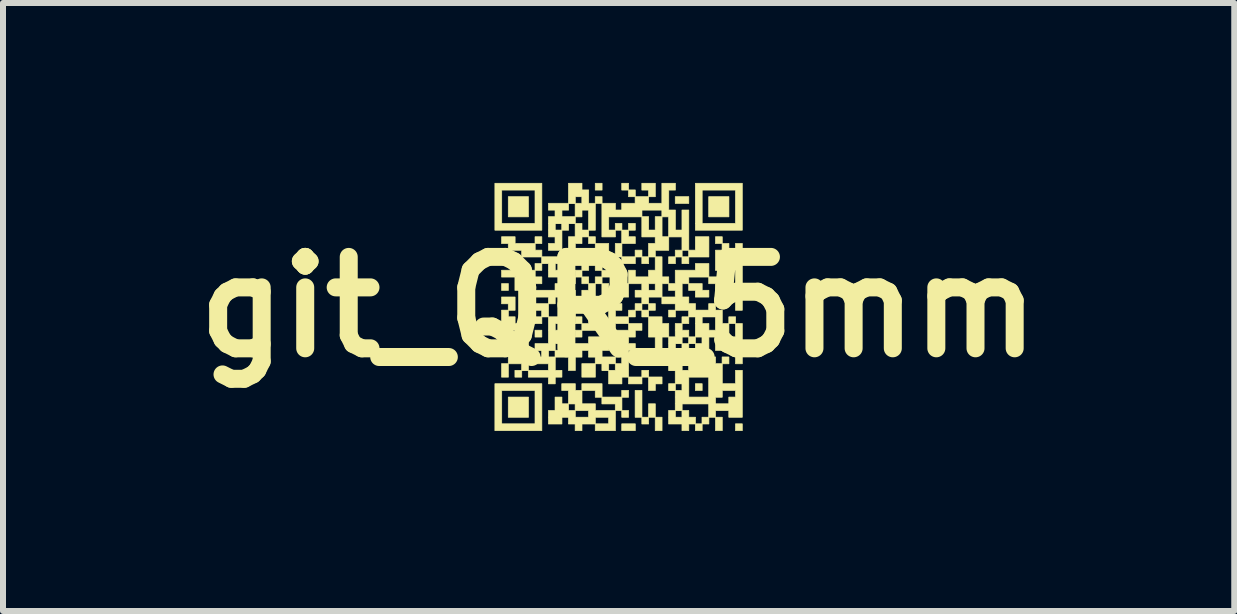
<source format=kicad_pcb>
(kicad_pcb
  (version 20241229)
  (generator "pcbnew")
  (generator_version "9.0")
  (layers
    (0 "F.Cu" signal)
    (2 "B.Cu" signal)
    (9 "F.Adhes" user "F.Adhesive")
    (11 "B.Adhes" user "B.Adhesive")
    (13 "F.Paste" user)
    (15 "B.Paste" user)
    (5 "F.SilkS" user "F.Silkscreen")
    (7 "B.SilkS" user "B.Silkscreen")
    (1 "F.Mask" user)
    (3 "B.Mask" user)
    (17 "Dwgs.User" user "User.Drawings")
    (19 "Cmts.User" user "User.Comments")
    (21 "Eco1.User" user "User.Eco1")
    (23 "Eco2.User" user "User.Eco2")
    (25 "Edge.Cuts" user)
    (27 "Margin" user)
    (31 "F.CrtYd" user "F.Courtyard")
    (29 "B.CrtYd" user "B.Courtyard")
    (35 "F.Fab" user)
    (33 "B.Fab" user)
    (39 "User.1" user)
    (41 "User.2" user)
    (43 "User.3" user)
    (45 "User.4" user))
  (footprint "git_QR_5mm"
    (layer "F.Cu")
    (at 7.264 2.068)
    (property "Reference" "git_QR_5mm" (at 0 0 0) (layer "F.SilkS") (effects (font (size 1.524 1.524) (thickness 0.3))))
    (attr through_hole)
    (fp_poly (pts (xy -1.837 -0.275) (xy -1.952 -0.275) (xy -1.952 -0.39) (xy -1.837 -0.39) (xy -1.837 -0.275)) (stroke (width 0.01) (type solid)) (fill yes) (layer "F.SilkS"))
    (fp_poly (pts (xy -1.502 -1.502) (xy -1.84 -1.502) (xy -1.84 -1.84) (xy -1.502 -1.84) (xy -1.502 -1.502)) (stroke (width 0.01) (type solid)) (fill yes) (layer "F.SilkS"))
    (fp_poly (pts (xy -1.502 0.167) (xy -1.617 0.167) (xy -1.617 0.052) (xy -1.502 0.052) (xy -1.502 0.167)) (stroke (width 0.01) (type solid)) (fill yes) (layer "F.SilkS"))
    (fp_poly (pts (xy -1.502 1.84) (xy -1.84 1.84) (xy -1.84 1.502) (xy -1.502 1.502) (xy -1.502 1.84)) (stroke (width 0.01) (type solid)) (fill yes) (layer "F.SilkS"))
    (fp_poly (pts (xy -1.279 0.502) (xy -1.394 0.502) (xy -1.394 0.387) (xy -1.279 0.387) (xy -1.279 0.502)) (stroke (width 0.01) (type solid)) (fill yes) (layer "F.SilkS"))
    (fp_poly (pts (xy -0.275 -1.948) (xy -0.39 -1.948) (xy -0.39 -2.063) (xy -0.275 -2.063) (xy -0.275 -1.948)) (stroke (width 0.01) (type solid)) (fill yes) (layer "F.SilkS"))
    (fp_poly (pts (xy 0.279 2.063) (xy 0.052 2.063) (xy 0.052 1.948) (xy 0.279 1.948) (xy 0.279 2.063)) (stroke (width 0.01) (type solid)) (fill yes) (layer "F.SilkS"))
    (fp_poly (pts (xy 1.171 -1.725) (xy 0.944 -1.725) (xy 0.944 -1.84) (xy 1.171 -1.84) (xy 1.171 -1.725)) (stroke (width 0.01) (type solid)) (fill yes) (layer "F.SilkS"))
    (fp_poly (pts (xy 1.394 1.394) (xy 1.279 1.394) (xy 1.279 1.279) (xy 1.394 1.279) (xy 1.394 1.394)) (stroke (width 0.01) (type solid)) (fill yes) (layer "F.SilkS"))
    (fp_poly (pts (xy 1.84 -1.502) (xy 1.502 -1.502) (xy 1.502 -1.84) (xy 1.84 -1.84) (xy 1.84 -1.502)) (stroke (width 0.01) (type solid)) (fill yes) (layer "F.SilkS"))
    (fp_poly (pts (xy 2.063 0.056) (xy 1.948 0.056) (xy 1.948 -0.167) (xy 2.063 -0.167) (xy 2.063 0.056)) (stroke (width 0.01) (type solid)) (fill yes) (layer "F.SilkS"))
    (fp_poly (pts (xy 2.063 2.063) (xy 1.948 2.063) (xy 1.948 1.948) (xy 2.063 1.948) (xy 2.063 2.063)) (stroke (width 0.01) (type solid)) (fill yes) (layer "F.SilkS"))
    (fp_poly (pts (xy -1.279 -1.279) (xy -2.063 -1.279) (xy -2.063 -1.948) (xy -1.948 -1.948) (xy -1.948 -1.394) (xy -1.394 -1.394) (xy -1.394 -1.948) (xy -1.948 -1.948) (xy -2.063 -1.948) (xy -2.063 -2.063) (xy -1.279 -2.063) (xy -1.279 -1.279)) (stroke (width 0.01) (type solid)) (fill yes) (layer "F.SilkS"))
    (fp_poly (pts (xy -1.279 2.063) (xy -2.063 2.063) (xy -2.063 1.394) (xy -1.948 1.394) (xy -1.948 1.948) (xy -1.394 1.948) (xy -1.394 1.394) (xy -1.948 1.394) (xy -2.063 1.394) (xy -2.063 1.279) (xy -1.279 1.279) (xy -1.279 2.063)) (stroke (width 0.01) (type solid)) (fill yes) (layer "F.SilkS"))
    (fp_poly (pts (xy 2.063 -1.279) (xy 1.279 -1.279) (xy 1.279 -1.948) (xy 1.394 -1.948) (xy 1.394 -1.394) (xy 1.948 -1.394) (xy 1.948 -1.948) (xy 1.394 -1.948) (xy 1.279 -1.948) (xy 1.279 -2.063) (xy 2.063 -2.063) (xy 2.063 -1.279)) (stroke (width 0.01) (type solid)) (fill yes) (layer "F.SilkS"))
    (fp_poly (pts (xy -1.725 0.056) (xy -1.837 0.056) (xy -1.837 0.164) (xy -1.725 0.164) (xy -1.725 0.275) (xy -1.502 0.275) (xy -1.502 0.39) (xy -1.952 0.39) (xy -1.952 0.052) (xy -1.84 0.052) (xy -1.84 -0.052) (xy -1.952 -0.052) (xy -1.952 -0.167) (xy -1.725 -0.167) (xy -1.725 0.056)) (stroke (width 0.01) (type solid)) (fill yes) (layer "F.SilkS"))
    (fp_poly (pts (xy 0.39 1.837) (xy 0.498 1.837) (xy 0.498 1.614) (xy 0.613 1.614) (xy 0.613 1.837) (xy 0.725 1.837) (xy 0.725 2.063) (xy 0.61 2.063) (xy 0.61 1.84) (xy 0.502 1.84) (xy 0.502 1.952) (xy 0.387 1.952) (xy 0.387 1.84) (xy 0.275 1.84) (xy 0.275 1.39) (xy 0.39 1.39) (xy 0.39 1.837)) (stroke (width 0.01) (type solid)) (fill yes) (layer "F.SilkS"))
    (fp_poly (pts (xy -0.721 1.39) (xy -0.613 1.39) (xy -0.613 1.279) (xy -0.275 1.279) (xy -0.275 1.502) (xy 0.052 1.502) (xy 0.052 1.39) (xy 0.167 1.39) (xy 0.167 1.506) (xy 0.056 1.506) (xy 0.056 1.725) (xy 0.167 1.725) (xy 0.167 1.84) (xy 0.052 1.84) (xy 0.052 1.729) (xy -0.052 1.729) (xy -0.052 2.063) (xy -0.39 2.063) (xy -0.39 1.952) (xy -0.61 1.952) (xy -0.61 2.063) (xy -0.725 2.063) (xy -0.725 1.952) (xy -0.837 1.952) (xy -0.837 1.84) (xy -0.387 1.84) (xy -0.387 1.948) (xy -0.167 1.948) (xy -0.167 1.84) (xy -0.387 1.84) (xy -0.837 1.84) (xy -0.944 1.84) (xy -0.944 1.952) (xy -1.171 1.952) (xy -1.171 1.729) (xy -0.721 1.729) (xy -0.721 1.837) (xy -0.502 1.837) (xy -0.502 1.729) (xy -0.721 1.729) (xy -1.171 1.729) (xy -1.171 1.725) (xy -1.06 1.725) (xy -1.06 1.617) (xy -0.833 1.617) (xy -0.833 1.725) (xy -0.725 1.725) (xy -0.725 1.617) (xy -0.833 1.617) (xy -1.06 1.617) (xy -1.06 1.502) (xy -0.944 1.502) (xy -0.944 1.614) (xy -0.837 1.614) (xy -0.837 1.394) (xy -0.61 1.394) (xy -0.61 1.614) (xy -0.387 1.614) (xy -0.387 1.725) (xy -0.056 1.725) (xy -0.056 1.617) (xy -0.279 1.617) (xy -0.279 1.506) (xy -0.39 1.506) (xy -0.39 1.394) (xy -0.61 1.394) (xy -0.837 1.394) (xy -0.948 1.394) (xy -0.948 1.279) (xy -0.721 1.279) (xy -0.721 1.39)) (stroke (width 0.01) (type solid)) (fill yes) (layer "F.SilkS"))
    (fp_poly (pts (xy -0.61 -1.952) (xy -0.498 -1.952) (xy -0.498 -1.729) (xy -0.39 -1.729) (xy -0.39 -1.84) (xy -0.275 -1.84) (xy -0.275 -1.729) (xy -0.052 -1.729) (xy -0.052 -1.617) (xy 0.052 -1.617) (xy 0.052 -1.729) (xy 0.275 -1.729) (xy 0.275 -1.837) (xy 0.164 -1.837) (xy 0.164 -1.948) (xy 0.052 -1.948) (xy 0.052 -2.063) (xy 0.167 -2.063) (xy 0.167 -1.952) (xy 0.279 -1.952) (xy 0.279 -1.84) (xy 0.498 -1.84) (xy 0.498 -1.948) (xy 0.387 -1.948) (xy 0.387 -2.063) (xy 0.613 -2.063) (xy 0.613 -1.837) (xy 0.502 -1.837) (xy 0.502 -1.729) (xy 0.721 -1.729) (xy 0.721 -2.063) (xy 0.948 -2.063) (xy 0.948 -1.948) (xy 0.837 -1.948) (xy 0.837 -1.617) (xy 0.948 -1.617) (xy 0.948 -1.283) (xy 1.056 -1.283) (xy 1.056 -1.617) (xy 1.171 -1.617) (xy 1.171 -0.948) (xy 1.279 -0.948) (xy 1.279 -1.171) (xy 1.506 -1.171) (xy 1.506 -0.833) (xy 1.171 -0.833) (xy 1.171 -0.721) (xy 1.056 -0.721) (xy 1.056 -0.833) (xy 0.948 -0.833) (xy 0.948 -0.721) (xy 0.833 -0.721) (xy 0.833 -0.837) (xy 0.944 -0.837) (xy 0.944 -0.944) (xy 1.06 -0.944) (xy 1.06 -0.837) (xy 1.167 -0.837) (xy 1.167 -0.944) (xy 1.06 -0.944) (xy 0.944 -0.944) (xy 0.944 -0.948) (xy 1.056 -0.948) (xy 1.056 -1.167) (xy 0.837 -1.167) (xy 0.837 -0.944) (xy 0.613 -0.944) (xy 0.613 -0.837) (xy 0.725 -0.837) (xy 0.725 -0.502) (xy 0.837 -0.502) (xy 0.837 -0.39) (xy 0.944 -0.39) (xy 0.944 -0.613) (xy 1.279 -0.613) (xy 1.279 -0.725) (xy 1.506 -0.725) (xy 1.506 -0.502) (xy 1.725 -0.502) (xy 1.725 -0.61) (xy 1.614 -0.61) (xy 1.614 -0.833) (xy 1.729 -0.833) (xy 1.729 -0.613) (xy 1.837 -0.613) (xy 1.837 -0.833) (xy 1.729 -0.833) (xy 1.614 -0.833) (xy 1.614 -0.948) (xy 1.725 -0.948) (xy 1.725 -1.056) (xy 1.614 -1.056) (xy 1.614 -1.171) (xy 1.729 -1.171) (xy 1.729 -1.06) (xy 1.84 -1.06) (xy 1.84 -0.837) (xy 1.948 -0.837) (xy 1.948 -1.06) (xy 2.063 -1.06) (xy 2.063 -0.833) (xy 1.952 -0.833) (xy 1.952 -0.725) (xy 2.063 -0.725) (xy 2.063 -0.275) (xy 1.948 -0.275) (xy 1.948 -0.61) (xy 1.84 -0.61) (xy 1.84 -0.387) (xy 1.729 -0.387) (xy 1.729 -0.275) (xy 1.614 -0.275) (xy 1.614 -0.387) (xy 1.502 -0.387) (xy 1.502 -0.498) (xy 1.171 -0.498) (xy 1.171 -0.39) (xy 1.394 -0.39) (xy 1.394 -0.279) (xy 1.506 -0.279) (xy 1.506 -0.164) (xy 1.279 -0.164) (xy 1.279 -0.275) (xy 1.167 -0.275) (xy 1.167 -0.387) (xy 1.06 -0.387) (xy 1.06 -0.167) (xy 1.171 -0.167) (xy 1.171 -0.056) (xy 1.283 -0.056) (xy 1.283 0.052) (xy 1.502 0.052) (xy 1.502 -0.056) (xy 1.617 -0.056) (xy 1.617 0.052) (xy 1.729 0.052) (xy 1.729 0.275) (xy 1.837 0.275) (xy 1.837 0.164) (xy 1.952 0.164) (xy 1.952 0.275) (xy 2.063 0.275) (xy 2.063 0.948) (xy 1.948 0.948) (xy 1.948 0.725) (xy 1.614 0.725) (xy 1.614 0.502) (xy 1.729 0.502) (xy 1.729 0.61) (xy 1.837 0.61) (xy 1.837 0.502) (xy 1.729 0.502) (xy 1.614 0.502) (xy 1.506 0.502) (xy 1.506 0.833) (xy 1.617 0.833) (xy 1.617 0.944) (xy 1.725 0.944) (xy 1.725 0.833) (xy 1.84 0.833) (xy 1.84 0.948) (xy 1.729 0.948) (xy 1.729 1.279) (xy 1.948 1.279) (xy 1.948 1.056) (xy 2.063 1.056) (xy 2.063 1.84) (xy 1.837 1.84) (xy 1.837 1.729) (xy 1.617 1.729) (xy 1.617 1.837) (xy 1.729 1.837) (xy 1.729 2.063) (xy 1.614 2.063) (xy 1.614 1.84) (xy 1.506 1.84) (xy 1.506 1.952) (xy 1.394 1.952) (xy 1.394 2.063) (xy 1.279 2.063) (xy 1.279 1.952) (xy 1.171 1.952) (xy 1.171 2.063) (xy 1.056 2.063) (xy 1.056 1.952) (xy 0.833 1.952) (xy 0.833 1.729) (xy 0.948 1.729) (xy 0.948 1.837) (xy 1.056 1.837) (xy 1.056 1.729) (xy 0.948 1.729) (xy 0.833 1.729) (xy 0.833 1.725) (xy 0.944 1.725) (xy 0.944 1.617) (xy 1.06 1.617) (xy 1.06 1.725) (xy 1.171 1.725) (xy 1.171 1.837) (xy 1.283 1.837) (xy 1.283 1.948) (xy 1.39 1.948) (xy 1.39 1.837) (xy 1.502 1.837) (xy 1.502 1.617) (xy 1.06 1.617) (xy 0.944 1.617) (xy 0.944 1.506) (xy 1.617 1.506) (xy 1.617 1.614) (xy 1.837 1.614) (xy 1.837 1.502) (xy 1.948 1.502) (xy 1.948 1.394) (xy 1.729 1.394) (xy 1.729 1.506) (xy 1.617 1.506) (xy 0.944 1.506) (xy 0.944 1.394) (xy 0.833 1.394) (xy 0.833 1.283) (xy 0.948 1.283) (xy 0.948 1.39) (xy 1.056 1.39) (xy 1.056 1.283) (xy 0.948 1.283) (xy 0.833 1.283) (xy 0.833 1.279) (xy 0.944 1.279) (xy 0.944 1.171) (xy 1.171 1.171) (xy 1.171 1.502) (xy 1.502 1.502) (xy 1.502 1.171) (xy 1.171 1.171) (xy 0.944 1.171) (xy 0.944 1.06) (xy 0.833 1.06) (xy 0.833 0.948) (xy 1.06 0.948) (xy 1.06 1.056) (xy 1.167 1.056) (xy 1.167 0.948) (xy 1.06 0.948) (xy 0.833 0.948) (xy 0.833 0.944) (xy 0.944 0.944) (xy 0.944 0.837) (xy 1.394 0.837) (xy 1.394 0.944) (xy 1.502 0.944) (xy 1.502 0.837) (xy 1.394 0.837) (xy 0.944 0.837) (xy 0.944 0.725) (xy 1.06 0.725) (xy 1.06 0.833) (xy 1.167 0.833) (xy 1.167 0.725) (xy 1.06 0.725) (xy 0.944 0.725) (xy 0.833 0.725) (xy 0.833 0.613) (xy 0.948 0.613) (xy 0.948 0.721) (xy 1.056 0.721) (xy 1.056 0.613) (xy 1.171 0.613) (xy 1.171 0.721) (xy 1.279 0.721) (xy 1.279 0.613) (xy 1.171 0.613) (xy 1.056 0.613) (xy 0.948 0.613) (xy 0.833 0.613) (xy 0.833 0.502) (xy 1.06 0.502) (xy 1.06 0.61) (xy 1.167 0.61) (xy 1.167 0.502) (xy 1.283 0.502) (xy 1.283 0.61) (xy 1.39 0.61) (xy 1.39 0.502) (xy 1.283 0.502) (xy 1.167 0.502) (xy 1.06 0.502) (xy 0.833 0.502) (xy 0.725 0.502) (xy 0.725 0.837) (xy 0.613 0.837) (xy 0.613 0.948) (xy 0.498 0.948) (xy 0.498 0.837) (xy 0.39 0.837) (xy 0.39 0.948) (xy 0.275 0.948) (xy 0.275 0.833) (xy 0.387 0.833) (xy 0.387 0.721) (xy 0.61 0.721) (xy 0.61 0.502) (xy 0.498 0.502) (xy 0.498 0.167) (xy 0.387 0.167) (xy 0.387 0.056) (xy 0.279 0.056) (xy 0.279 0.167) (xy 0.167 0.167) (xy 0.167 0.275) (xy 0.39 0.275) (xy 0.39 0.39) (xy 0.279 0.39) (xy 0.279 0.502) (xy 0.167 0.502) (xy 0.167 0.61) (xy 0.279 0.61) (xy 0.279 0.725) (xy 0.167 0.725) (xy 0.167 1.167) (xy 0.387 1.167) (xy 0.387 1.056) (xy 0.502 1.056) (xy 0.502 1.167) (xy 0.725 1.167) (xy 0.725 1.283) (xy 0.613 1.283) (xy 0.613 1.394) (xy 0.498 1.394) (xy 0.498 1.171) (xy 0.39 1.171) (xy 0.39 1.283) (xy 0.164 1.283) (xy 0.164 1.171) (xy 0.056 1.171) (xy 0.056 1.283) (xy -0.167 1.283) (xy -0.167 1.06) (xy -0.279 1.06) (xy -0.279 0.948) (xy -0.164 0.948) (xy -0.164 1.056) (xy -0.056 1.056) (xy -0.056 0.948) (xy -0.164 0.948) (xy -0.279 0.948) (xy -0.387 0.948) (xy -0.387 1.171) (xy -0.613 1.171) (xy -0.613 0.944) (xy -0.39 0.944) (xy -0.39 0.837) (xy -0.052 0.837) (xy -0.052 0.944) (xy 0.052 0.944) (xy 0.052 0.837) (xy -0.052 0.837) (xy -0.39 0.837) (xy -0.502 0.837) (xy -0.502 0.725) (xy -0.275 0.725) (xy -0.275 0.833) (xy -0.056 0.833) (xy -0.056 0.721) (xy 0.052 0.721) (xy 0.052 0.502) (xy -0.164 0.502) (xy -0.164 0.725) (xy -0.275 0.725) (xy -0.502 0.725) (xy -0.61 0.725) (xy -0.61 0.837) (xy -0.721 0.837) (xy -0.721 1.06) (xy -0.837 1.06) (xy -0.837 0.837) (xy -1.056 0.837) (xy -1.056 1.056) (xy -0.944 1.056) (xy -0.944 1.171) (xy -1.056 1.171) (xy -1.056 1.283) (xy -1.171 1.283) (xy -1.171 1.171) (xy -1.506 1.171) (xy -1.506 1.06) (xy -1.614 1.06) (xy -1.614 1.171) (xy -1.729 1.171) (xy -1.729 1.056) (xy -1.617 1.056) (xy -1.617 0.948) (xy -1.502 0.948) (xy -1.502 1.056) (xy -1.171 1.056) (xy -1.171 0.948) (xy -1.502 0.948) (xy -1.617 0.948) (xy -1.837 0.948) (xy -1.837 1.171) (xy -1.952 1.171) (xy -1.952 0.944) (xy -1.84 0.944) (xy -1.84 0.725) (xy -1.952 0.725) (xy -1.952 0.498) (xy -1.837 0.498) (xy -1.837 0.61) (xy -1.617 0.61) (xy -1.617 0.498) (xy -1.502 0.498) (xy -1.502 0.725) (xy -1.614 0.725) (xy -1.614 0.833) (xy -1.283 0.833) (xy -1.283 0.725) (xy -1.167 0.725) (xy -1.167 0.833) (xy -1.06 0.833) (xy -1.06 0.725) (xy -1.167 0.725) (xy -1.283 0.725) (xy -1.394 0.725) (xy -1.394 0.613) (xy -1.056 0.613) (xy -1.056 0.721) (xy -0.948 0.721) (xy -0.948 0.613) (xy -1.056 0.613) (xy -1.394 0.613) (xy -1.394 0.61) (xy -1.171 0.61) (xy -1.171 0.279) (xy -1.056 0.279) (xy -1.056 0.387) (xy -0.833 0.387) (xy -0.833 0.61) (xy -0.502 0.61) (xy -0.502 0.498) (xy -0.279 0.498) (xy -0.279 0.39) (xy -0.61 0.39) (xy -0.61 0.502) (xy -0.725 0.502) (xy -0.725 0.387) (xy -0.613 0.387) (xy -0.613 0.279) (xy -0.052 0.279) (xy -0.052 0.387) (xy 0.164 0.387) (xy 0.164 0.279) (xy -0.052 0.279) (xy -0.613 0.279) (xy -0.725 0.279) (xy -0.725 0.167) (xy -0.833 0.167) (xy -0.833 0.279) (xy -1.056 0.279) (xy -1.171 0.279) (xy -1.171 0.167) (xy -1.279 0.167) (xy -1.279 0.279) (xy -1.394 0.279) (xy -1.394 0.164) (xy -1.283 0.164) (xy -1.283 0.056) (xy -1.394 0.056) (xy -1.394 -0.052) (xy -1.167 -0.052) (xy -1.167 0.164) (xy -0.837 0.164) (xy -0.837 0.056) (xy -0.721 0.056) (xy -0.721 0.164) (xy -0.61 0.164) (xy -0.61 0.275) (xy -0.502 0.275) (xy -0.502 0.164) (xy -0.275 0.164) (xy -0.275 0.275) (xy -0.167 0.275) (xy -0.167 -0.056) (xy 0.056 -0.056) (xy 0.056 0.056) (xy -0.052 0.056) (xy -0.052 0.164) (xy 0.163 0.164) (xy 0.164 0.109) (xy 0.165 0.054) (xy 0.22 0.053) (xy 0.275 0.052) (xy 0.275 -0.052) (xy 0.39 -0.052) (xy 0.39 0.052) (xy 0.498 0.052) (xy 0.498 -0.052) (xy 0.39 -0.052) (xy 0.275 -0.052) (xy 0.275 -0.056) (xy 0.387 -0.056) (xy 0.387 -0.164) (xy 0.502 -0.164) (xy 0.502 -0.056) (xy 0.613 -0.056) (xy 0.613 0.056) (xy 0.502 0.056) (xy 0.502 0.164) (xy 0.725 0.164) (xy 0.725 0.275) (xy 0.837 0.275) (xy 0.837 0.498) (xy 0.944 0.498) (xy 0.944 0.279) (xy 1.06 0.279) (xy 1.06 0.387) (xy 1.171 0.387) (xy 1.171 0.498) (xy 1.279 0.498) (xy 1.279 0.167) (xy 1.394 0.167) (xy 1.394 0.275) (xy 1.506 0.275) (xy 1.506 0.387) (xy 1.614 0.387) (xy 1.614 0.279) (xy 1.84 0.279) (xy 1.84 0.498) (xy 1.948 0.498) (xy 1.948 0.279) (xy 1.84 0.279) (xy 1.614 0.279) (xy 1.614 0.167) (xy 1.394 0.167) (xy 1.279 0.167) (xy 1.171 0.167) (xy 1.171 0.279) (xy 1.06 0.279) (xy 0.944 0.279) (xy 0.944 0.275) (xy 1.056 0.275) (xy 1.056 0.164) (xy 1.167 0.164) (xy 1.167 0.056) (xy 0.948 0.056) (xy 0.948 0.167) (xy 0.833 0.167) (xy 0.833 0.052) (xy 0.944 0.052) (xy 0.944 -0.052) (xy 0.721 -0.052) (xy 0.721 -0.164) (xy 0.502 -0.164) (xy 0.387 -0.164) (xy 0.275 -0.164) (xy 0.275 -0.279) (xy 0.387 -0.279) (xy 0.387 -0.387) (xy 0.502 -0.387) (xy 0.502 -0.279) (xy 0.61 -0.279) (xy 0.61 -0.387) (xy 0.725 -0.387) (xy 0.725 -0.167) (xy 0.944 -0.167) (xy 0.944 -0.275) (xy 0.833 -0.275) (xy 0.833 -0.387) (xy 0.725 -0.387) (xy 0.61 -0.387) (xy 0.502 -0.387) (xy 0.387 -0.387) (xy 0.167 -0.387) (xy 0.167 -0.164) (xy -0.279 -0.164) (xy -0.279 -0.387) (xy -0.387 -0.387) (xy -0.387 0.056) (xy -0.502 0.056) (xy -0.502 -0.052) (xy -0.61 -0.052) (xy -0.61 0.056) (xy -0.721 0.056) (xy -0.837 0.056) (xy -0.837 -0.056) (xy -0.725 -0.056) (xy -0.725 -0.164) (xy -1.056 -0.164) (xy -1.056 -0.052) (xy -1.167 -0.052) (xy -1.394 -0.052) (xy -1.617 -0.052) (xy -1.617 -0.164) (xy -1.39 -0.164) (xy -1.39 -0.056) (xy -1.171 -0.056) (xy -1.171 -0.164) (xy -1.39 -0.164) (xy -1.617 -0.164) (xy -1.617 -0.275) (xy -1.729 -0.275) (xy -1.729 -0.498) (xy -1.952 -0.498) (xy -1.952 -0.613) (xy -1.725 -0.613) (xy -1.725 -0.502) (xy -1.614 -0.502) (xy -1.614 -0.279) (xy -1.506 -0.279) (xy -1.506 -0.61) (xy -1.39 -0.61) (xy -1.39 -0.502) (xy -1.279 -0.502) (xy -1.279 -0.387) (xy -1.39 -0.387) (xy -1.39 -0.279) (xy -1.06 -0.279) (xy -1.06 -0.387) (xy -0.944 -0.387) (xy -0.944 -0.279) (xy -0.721 -0.279) (xy -0.721 -0.167) (xy -0.613 -0.167) (xy -0.613 -0.279) (xy -0.502 -0.279) (xy -0.502 -0.387) (xy -0.613 -0.387) (xy -0.613 -0.498) (xy -0.721 -0.498) (xy -0.721 -0.387) (xy -0.944 -0.387) (xy -1.06 -0.387) (xy -1.06 -0.39) (xy -0.948 -0.39) (xy -0.948 -0.498) (xy -1.171 -0.498) (xy -1.171 -0.721) (xy -1.056 -0.721) (xy -1.056 -0.613) (xy -0.948 -0.613) (xy -0.948 -0.721) (xy -1.056 -0.721) (xy -1.171 -0.721) (xy -1.279 -0.721) (xy -1.279 -0.61) (xy -1.39 -0.61) (xy -1.506 -0.61) (xy -1.506 -0.613) (xy -1.394 -0.613) (xy -1.394 -0.725) (xy -1.283 -0.725) (xy -1.283 -0.833) (xy -1.614 -0.833) (xy -1.614 -0.721) (xy -1.84 -0.721) (xy -1.84 -0.837) (xy -1.617 -0.837) (xy -1.617 -0.944) (xy -1.84 -0.944) (xy -1.84 -1.056) (xy -1.952 -1.056) (xy -1.952 -1.171) (xy -1.725 -1.171) (xy -1.725 -1.06) (xy -1.394 -1.06) (xy -1.394 -1.171) (xy -1.279 -1.171) (xy -1.279 -1.056) (xy -1.39 -1.056) (xy -1.39 -0.948) (xy -1.279 -0.948) (xy -1.279 -0.837) (xy -0.944 -0.837) (xy -0.944 -0.725) (xy -0.833 -0.725) (xy -0.833 -0.502) (xy -0.725 -0.502) (xy -0.725 -0.61) (xy -0.61 -0.61) (xy -0.61 -0.502) (xy -0.498 -0.502) (xy -0.498 -0.39) (xy -0.39 -0.39) (xy -0.39 -0.498) (xy -0.275 -0.498) (xy -0.275 -0.39) (xy -0.164 -0.39) (xy -0.164 -0.279) (xy 0.052 -0.279) (xy 0.052 -0.387) (xy -0.056 -0.387) (xy -0.056 -0.498) (xy -0.275 -0.498) (xy -0.39 -0.498) (xy -0.39 -0.502) (xy -0.279 -0.502) (xy -0.279 -0.61) (xy -0.39 -0.61) (xy -0.39 -0.833) (xy -0.275 -0.833) (xy -0.275 -0.613) (xy -0.167 -0.613) (xy -0.167 -0.833) (xy -0.052 -0.833) (xy -0.052 -0.613) (xy 0.056 -0.613) (xy 0.056 -0.39) (xy 0.164 -0.39) (xy 0.164 -0.613) (xy 0.279 -0.613) (xy 0.279 -0.502) (xy 0.498 -0.502) (xy 0.498 -0.613) (xy 0.61 -0.613) (xy 0.61 -0.833) (xy 0.502 -0.833) (xy 0.502 -0.721) (xy 0.387 -0.721) (xy 0.387 -0.833) (xy 0.279 -0.833) (xy 0.279 -0.721) (xy 0.052 -0.721) (xy 0.052 -0.833) (xy -0.052 -0.833) (xy -0.167 -0.833) (xy -0.275 -0.833) (xy -0.39 -0.833) (xy -0.498 -0.833) (xy -0.498 -0.61) (xy -0.61 -0.61) (xy -0.725 -0.61) (xy -0.725 -0.613) (xy -0.613 -0.613) (xy -0.613 -0.721) (xy -0.725 -0.721) (xy -0.725 -0.944) (xy -0.387 -0.944) (xy -0.387 -0.837) (xy -0.279 -0.837) (xy -0.279 -0.944) (xy -0.387 -0.944) (xy -0.725 -0.944) (xy -0.837 -0.944) (xy -0.837 -1.056) (xy -0.721 -1.056) (xy -0.721 -0.948) (xy -0.39 -0.948) (xy -0.39 -1.056) (xy -0.502 -1.056) (xy -0.502 -1.167) (xy -0.61 -1.167) (xy -0.61 -1.056) (xy -0.721 -1.056) (xy -0.837 -1.056) (xy -0.837 -1.171) (xy -0.725 -1.171) (xy -0.725 -1.279) (xy -0.498 -1.279) (xy -0.498 -1.171) (xy -0.387 -1.171) (xy -0.387 -1.06) (xy -0.164 -1.06) (xy -0.164 -0.837) (xy -0.056 -0.837) (xy -0.056 -1.06) (xy 0.052 -1.06) (xy 0.052 -1.279) (xy -0.052 -1.279) (xy -0.052 -1.167) (xy -0.279 -1.167) (xy -0.279 -1.502) (xy -0.164 -1.502) (xy -0.164 -1.283) (xy -0.056 -1.283) (xy -0.056 -1.394) (xy 0.056 -1.394) (xy 0.056 -1.283) (xy 0.164 -1.283) (xy 0.164 -1.394) (xy 0.279 -1.394) (xy 0.279 -1.279) (xy 0.167 -1.279) (xy 0.167 -1.171) (xy 0.279 -1.171) (xy 0.279 -1.056) (xy 0.056 -1.056) (xy 0.056 -0.837) (xy 0.275 -0.837) (xy 0.275 -0.948) (xy 0.39 -0.948) (xy 0.39 -0.837) (xy 0.498 -0.837) (xy 0.498 -1.06) (xy 0.61 -1.06) (xy 0.61 -1.167) (xy 0.387 -1.167) (xy 0.387 -1.502) (xy -0.164 -1.502) (xy -0.279 -1.502) (xy -0.279 -1.614) (xy 0.39 -1.614) (xy 0.39 -1.506) (xy 0.502 -1.506) (xy 0.502 -1.283) (xy 0.61 -1.283) (xy 0.61 -1.502) (xy 0.725 -1.502) (xy 0.725 -1.171) (xy 0.833 -1.171) (xy 0.833 -1.502) (xy 0.725 -1.502) (xy 0.61 -1.502) (xy 0.61 -1.506) (xy 0.721 -1.506) (xy 0.721 -1.614) (xy 0.39 -1.614) (xy -0.279 -1.614) (xy -0.279 -1.725) (xy -0.387 -1.725) (xy -0.387 -1.279) (xy -0.498 -1.279) (xy -0.725 -1.279) (xy -0.725 -1.39) (xy -0.833 -1.39) (xy -0.833 -1.279) (xy -0.944 -1.279) (xy -0.944 -0.944) (xy -1.171 -0.944) (xy -1.171 -1.06) (xy -1.06 -1.06) (xy -1.06 -1.167) (xy -1.171 -1.167) (xy -1.171 -1.39) (xy -1.056 -1.39) (xy -1.056 -1.283) (xy -0.948 -1.283) (xy -0.948 -1.39) (xy -1.056 -1.39) (xy -1.171 -1.39) (xy -1.171 -1.502) (xy -0.721 -1.502) (xy -0.721 -1.394) (xy -0.61 -1.394) (xy -0.61 -1.283) (xy -0.502 -1.283) (xy -0.502 -1.614) (xy -0.61 -1.614) (xy -0.61 -1.502) (xy -0.721 -1.502) (xy -1.171 -1.502) (xy -1.171 -1.506) (xy -1.06 -1.506) (xy -1.06 -1.614) (xy -0.944 -1.614) (xy -0.944 -1.506) (xy -0.725 -1.506) (xy -0.725 -1.725) (xy -0.833 -1.725) (xy -0.833 -1.614) (xy -0.944 -1.614) (xy -1.06 -1.614) (xy -1.171 -1.614) (xy -1.171 -1.729) (xy -0.837 -1.729) (xy -0.837 -1.837) (xy -0.721 -1.837) (xy -0.721 -1.729) (xy -0.613 -1.729) (xy -0.613 -1.837) (xy -0.721 -1.837) (xy -0.837 -1.837) (xy -0.837 -2.063) (xy -0.61 -2.063) (xy -0.61 -1.952)) (stroke (width 0.01) (type solid)) (fill yes) (layer "F.SilkS")))
  (gr_rect
    (start -3 -3)
    (end 17.529 7.137)
    (stroke (width 0.1) (type default))
    (fill no)
    (layer "Edge.Cuts")))
</source>
